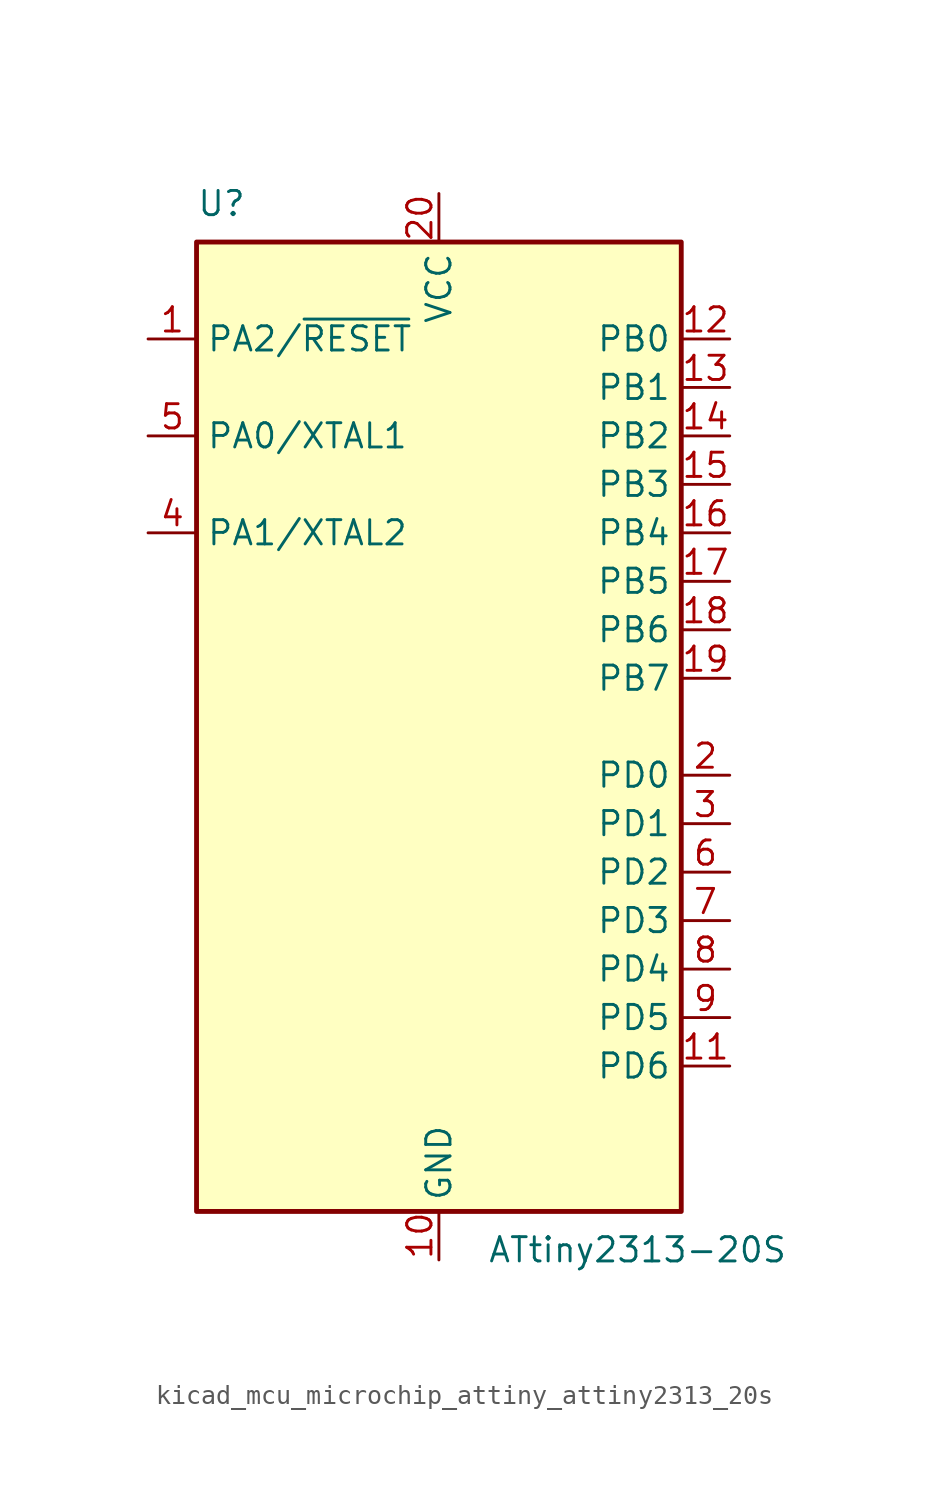
<source format=kicad_sym>
(kicad_symbol_lib
  (version 20220914)
  (generator kicad_symbol_editor)
  (symbol "kicad_mcu_microchip_attiny_attiny2313_20s"
    (property "Reference" "U"
      (at -12.7 26.67 0)
      (effects (font (size 1.27 1.27)) (justify left bottom)))
    (property "Value" "ATtiny2313-20S"
      (at 2.54 -26.67 0)
      (effects (font (size 1.27 1.27)) (justify left top)))
    (symbol "kicad_mcu_microchip_attiny_attiny2313_20s_0_1"
      (rectangle (start -12.7 -25.4) (end 12.7 25.4) (stroke (width 0.254) (type default)) (fill (type background))))
    (symbol "kicad_mcu_microchip_attiny_attiny2313_20s_1_1"
      (pin bidirectional line (at -15.24 20.32 0) (length 2.54) (name "PA2/~{RESET}" (effects (font (size 1.27 1.27)))) (number "1" (effects (font (size 1.27 1.27)))))
      (pin power_in line (at 0 -27.94 90) (length 2.54) (name "GND" (effects (font (size 1.27 1.27)))) (number "10" (effects (font (size 1.27 1.27)))))
      (pin bidirectional line (at 15.24 -17.78 180) (length 2.54) (name "PD6" (effects (font (size 1.27 1.27)))) (number "11" (effects (font (size 1.27 1.27)))))
      (pin bidirectional line (at 15.24 20.32 180) (length 2.54) (name "PB0" (effects (font (size 1.27 1.27)))) (number "12" (effects (font (size 1.27 1.27)))))
      (pin bidirectional line (at 15.24 17.78 180) (length 2.54) (name "PB1" (effects (font (size 1.27 1.27)))) (number "13" (effects (font (size 1.27 1.27)))))
      (pin bidirectional line (at 15.24 15.24 180) (length 2.54) (name "PB2" (effects (font (size 1.27 1.27)))) (number "14" (effects (font (size 1.27 1.27)))))
      (pin bidirectional line (at 15.24 12.7 180) (length 2.54) (name "PB3" (effects (font (size 1.27 1.27)))) (number "15" (effects (font (size 1.27 1.27)))))
      (pin bidirectional line (at 15.24 10.16 180) (length 2.54) (name "PB4" (effects (font (size 1.27 1.27)))) (number "16" (effects (font (size 1.27 1.27)))))
      (pin bidirectional line (at 15.24 7.62 180) (length 2.54) (name "PB5" (effects (font (size 1.27 1.27)))) (number "17" (effects (font (size 1.27 1.27)))))
      (pin bidirectional line (at 15.24 5.08 180) (length 2.54) (name "PB6" (effects (font (size 1.27 1.27)))) (number "18" (effects (font (size 1.27 1.27)))))
      (pin bidirectional line (at 15.24 2.54 180) (length 2.54) (name "PB7" (effects (font (size 1.27 1.27)))) (number "19" (effects (font (size 1.27 1.27)))))
      (pin bidirectional line (at 15.24 -2.54 180) (length 2.54) (name "PD0" (effects (font (size 1.27 1.27)))) (number "2" (effects (font (size 1.27 1.27)))))
      (pin power_in line (at 0 27.94 270) (length 2.54) (name "VCC" (effects (font (size 1.27 1.27)))) (number "20" (effects (font (size 1.27 1.27)))))
      (pin bidirectional line (at 15.24 -5.08 180) (length 2.54) (name "PD1" (effects (font (size 1.27 1.27)))) (number "3" (effects (font (size 1.27 1.27)))))
      (pin bidirectional line (at -15.24 10.16 0) (length 2.54) (name "PA1/XTAL2" (effects (font (size 1.27 1.27)))) (number "4" (effects (font (size 1.27 1.27)))))
      (pin bidirectional line (at -15.24 15.24 0) (length 2.54) (name "PA0/XTAL1" (effects (font (size 1.27 1.27)))) (number "5" (effects (font (size 1.27 1.27)))))
      (pin bidirectional line (at 15.24 -7.62 180) (length 2.54) (name "PD2" (effects (font (size 1.27 1.27)))) (number "6" (effects (font (size 1.27 1.27)))))
      (pin bidirectional line (at 15.24 -10.16 180) (length 2.54) (name "PD3" (effects (font (size 1.27 1.27)))) (number "7" (effects (font (size 1.27 1.27)))))
      (pin bidirectional line (at 15.24 -12.7 180) (length 2.54) (name "PD4" (effects (font (size 1.27 1.27)))) (number "8" (effects (font (size 1.27 1.27)))))
      (pin bidirectional line (at 15.24 -15.24 180) (length 2.54) (name "PD5" (effects (font (size 1.27 1.27)))) (number "9" (effects (font (size 1.27 1.27))))))))
</source>
